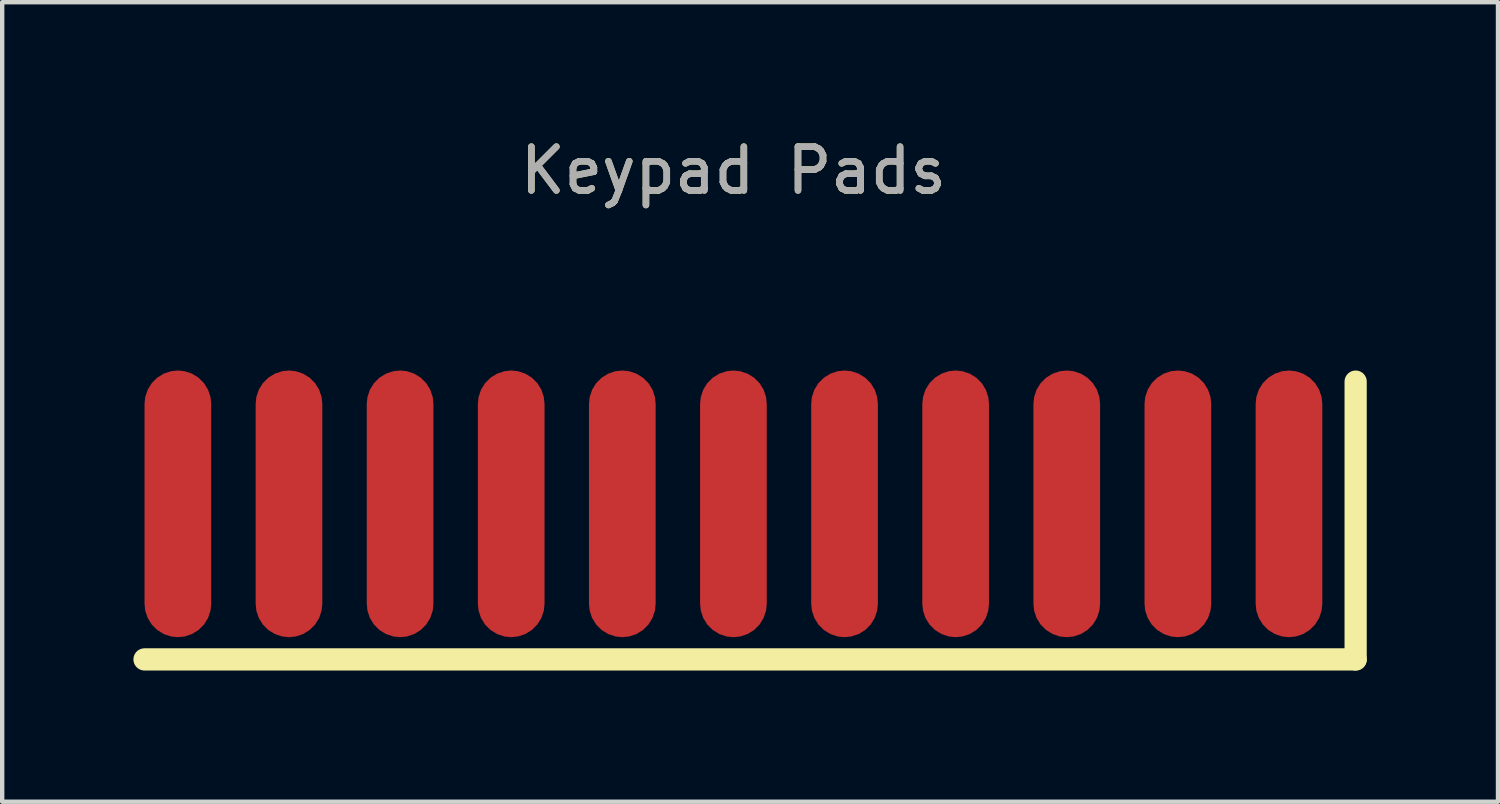
<source format=kicad_pcb>
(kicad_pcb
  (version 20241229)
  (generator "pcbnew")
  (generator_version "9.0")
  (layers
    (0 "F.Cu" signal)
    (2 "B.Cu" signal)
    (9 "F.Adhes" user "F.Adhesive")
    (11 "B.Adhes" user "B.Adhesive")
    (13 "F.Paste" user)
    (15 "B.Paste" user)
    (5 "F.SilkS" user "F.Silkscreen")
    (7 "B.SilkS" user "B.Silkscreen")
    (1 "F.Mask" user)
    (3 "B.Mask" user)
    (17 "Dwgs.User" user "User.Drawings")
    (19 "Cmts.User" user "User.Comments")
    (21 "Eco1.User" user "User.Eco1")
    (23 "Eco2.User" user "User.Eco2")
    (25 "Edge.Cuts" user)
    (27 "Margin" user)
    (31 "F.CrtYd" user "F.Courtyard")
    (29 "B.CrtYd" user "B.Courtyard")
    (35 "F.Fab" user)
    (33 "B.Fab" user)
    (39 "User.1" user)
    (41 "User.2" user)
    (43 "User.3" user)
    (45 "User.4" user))
  (footprint "Keypad Pads"
    (layer "F.Cu")
    (at 13.716 8.468)
    (property "Reference" "Keypad Pads" (at 0 -7.62 0) (unlocked yes) (layer "F.SilkS") (effects (font (size 1 1) (thickness 0.15))))
    (attr through_hole)
    (fp_line (start 14.224 3.556) (end -13.462 3.556) (stroke (width 0.508) (type solid)) (layer "F.SilkS"))
    (fp_line (start 14.224 3.556) (end 14.224 -2.794) (stroke (width 0.508) (type solid)) (layer "F.SilkS"))
    (fp_text user "${REFERENCE}" (at 0 -7.62 0) (unlocked yes) (layer "F.Fab") (effects (font (size 1 1) (thickness 0.15))))
    (pad "1" smd roundrect (at -12.7 0) (size 1.524 6.096) (layers "F.Cu" "F.Mask" "F.Paste") (roundrect_rratio 0.5))
    (pad "2" smd roundrect (at -10.16 0) (size 1.524 6.096) (layers "F.Cu" "F.Mask" "F.Paste") (roundrect_rratio 0.5))
    (pad "3" smd roundrect (at -7.62 0) (size 1.524 6.096) (layers "F.Cu" "F.Mask" "F.Paste") (roundrect_rratio 0.5))
    (pad "4" smd roundrect (at -5.08 0) (size 1.524 6.096) (layers "F.Cu" "F.Mask" "F.Paste") (roundrect_rratio 0.5))
    (pad "5" smd roundrect (at -2.54 0) (size 1.524 6.096) (layers "F.Cu" "F.Mask" "F.Paste") (roundrect_rratio 0.5))
    (pad "6" smd roundrect (at 0 0) (size 1.524 6.096) (layers "F.Cu" "F.Mask" "F.Paste") (roundrect_rratio 0.5))
    (pad "7" smd roundrect (at 2.54 0) (size 1.524 6.096) (layers "F.Cu" "F.Mask" "F.Paste") (roundrect_rratio 0.5))
    (pad "8" smd roundrect (at 5.08 0) (size 1.524 6.096) (layers "F.Cu" "F.Mask" "F.Paste") (roundrect_rratio 0.5))
    (pad "9" smd roundrect (at 7.62 0) (size 1.524 6.096) (layers "F.Cu" "F.Mask" "F.Paste") (roundrect_rratio 0.5))
    (pad "10" smd roundrect (at 10.16 0) (size 1.524 6.096) (layers "F.Cu" "F.Mask" "F.Paste") (roundrect_rratio 0.5))
    (pad "11" smd roundrect (at 12.7 0) (size 1.524 6.096) (layers "F.Cu" "F.Mask" "F.Paste") (roundrect_rratio 0.5)))
  (gr_rect
    (start -3 -3)
    (end 31.194 15.278)
    (stroke (width 0.1) (type default))
    (fill no)
    (layer "Edge.Cuts")))
</source>
